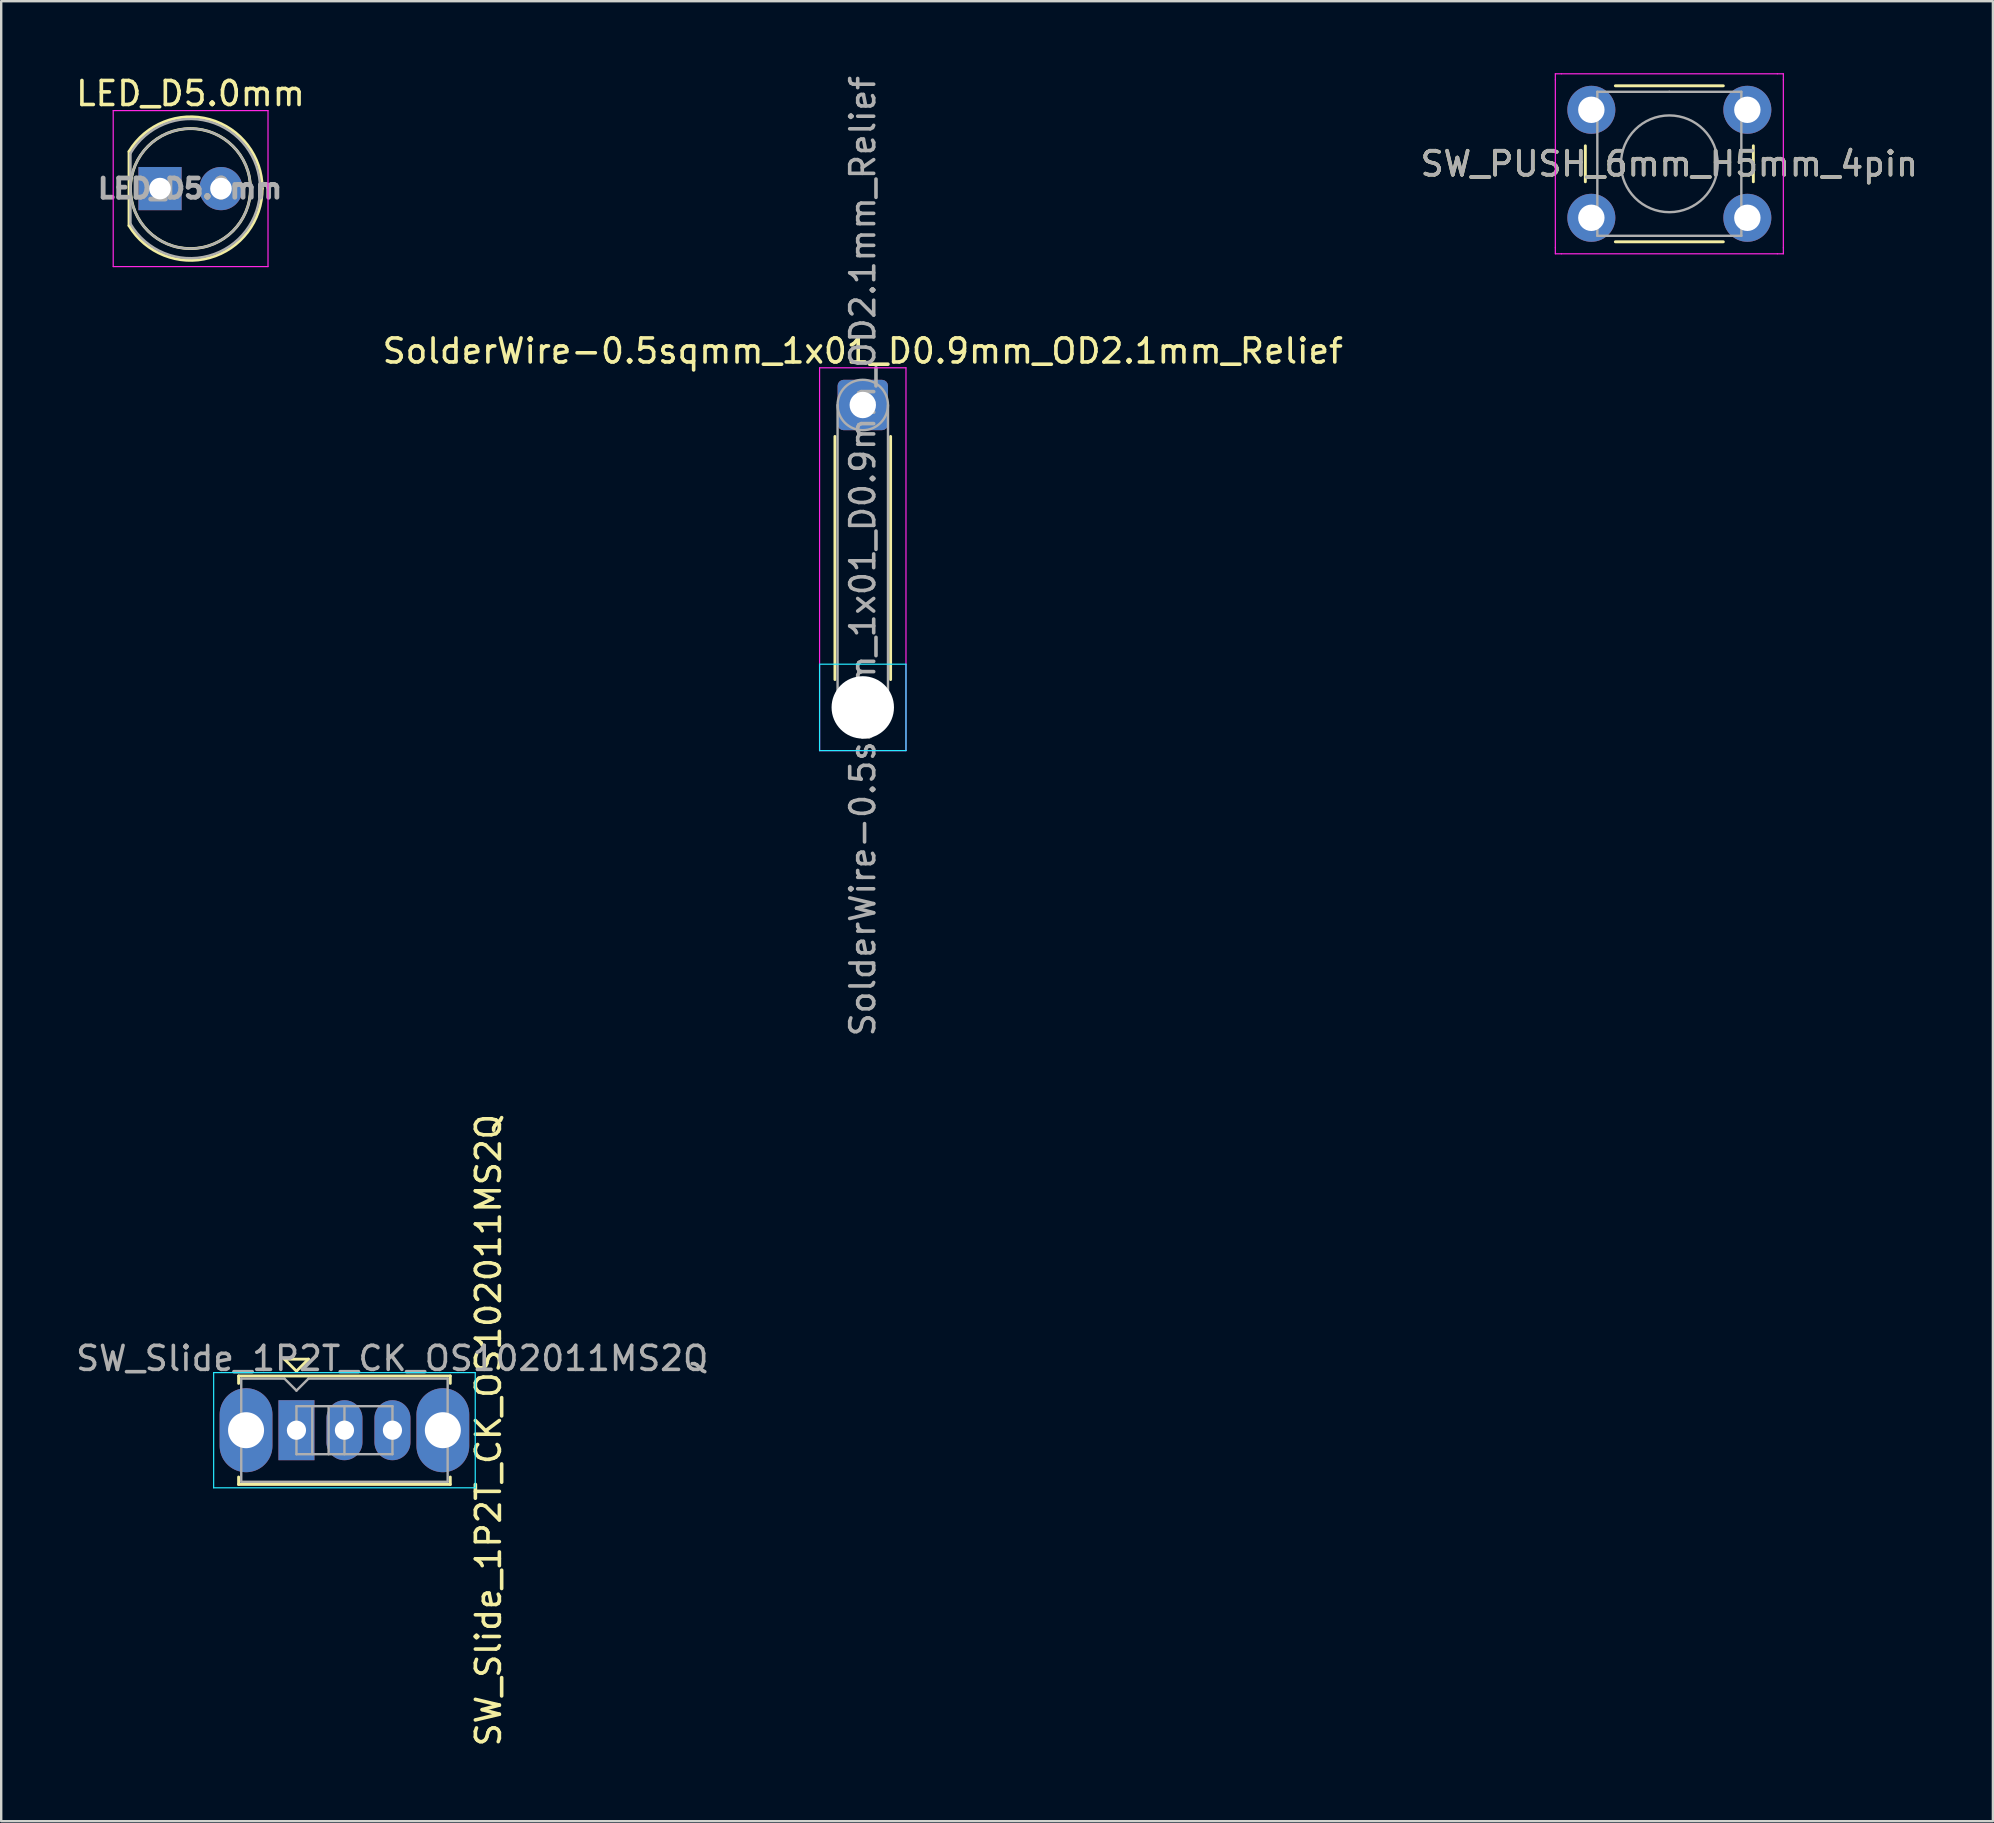
<source format=kicad_pcb>
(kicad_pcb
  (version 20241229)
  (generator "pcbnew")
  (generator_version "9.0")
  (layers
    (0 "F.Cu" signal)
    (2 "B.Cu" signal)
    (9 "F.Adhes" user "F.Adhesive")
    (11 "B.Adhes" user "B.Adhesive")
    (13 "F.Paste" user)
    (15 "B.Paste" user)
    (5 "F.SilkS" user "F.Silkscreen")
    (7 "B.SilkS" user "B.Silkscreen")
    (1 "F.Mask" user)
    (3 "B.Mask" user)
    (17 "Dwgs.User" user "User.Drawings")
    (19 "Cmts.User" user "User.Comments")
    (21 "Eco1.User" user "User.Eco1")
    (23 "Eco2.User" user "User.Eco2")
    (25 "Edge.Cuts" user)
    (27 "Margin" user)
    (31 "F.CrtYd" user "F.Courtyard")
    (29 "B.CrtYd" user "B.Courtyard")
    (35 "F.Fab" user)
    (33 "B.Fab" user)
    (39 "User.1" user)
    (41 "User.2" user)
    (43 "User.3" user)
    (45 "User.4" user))
  (footprint "SW_Slide_1P2T_CK_OS102011MS2Q"
    (layer "F.Cu")
    (at 9.302 56.542)
    (property "Reference" "SW_Slide_1P2T_CK_OS102011MS2Q" (at 8 0 270) (layer "F.SilkS") (effects (font (size 1 1) (thickness 0.15))))
    (attr through_hole)
    (fp_line (start -2.41 -2.26) (end 6.41 -2.26) (stroke (width 0.12) (type solid)) (layer "F.SilkS"))
    (fp_line (start -2.41 -1.95) (end -2.41 -2.26) (stroke (width 0.12) (type solid)) (layer "F.SilkS"))
    (fp_line (start -2.41 2.26) (end -2.41 1.95) (stroke (width 0.12) (type solid)) (layer "F.SilkS"))
    (fp_line (start -0.5 -2.96) (end 0 -2.46) (stroke (width 0.12) (type solid)) (layer "F.SilkS"))
    (fp_line (start 0 -2.46) (end 0.5 -2.96) (stroke (width 0.12) (type solid)) (layer "F.SilkS"))
    (fp_line (start 0.5 -2.96) (end -0.5 -2.96) (stroke (width 0.12) (type solid)) (layer "F.SilkS"))
    (fp_line (start 6.41 -2.26) (end 6.41 -1.95) (stroke (width 0.12) (type solid)) (layer "F.SilkS"))
    (fp_line (start 6.41 2.26) (end -2.41 2.26) (stroke (width 0.12) (type solid)) (layer "F.SilkS"))
    (fp_line (start 6.41 2.26) (end 6.41 1.95) (stroke (width 0.12) (type solid)) (layer "F.SilkS"))
    (fp_line (start -3.45 -2.4) (end 7.45 -2.4) (stroke (width 0.05) (type solid)) (layer "B.CrtYd"))
    (fp_line (start -3.45 2.4) (end -3.45 -2.4) (stroke (width 0.05) (type solid)) (layer "B.CrtYd"))
    (fp_line (start 7.45 -2.4) (end 7.45 2.4) (stroke (width 0.05) (type solid)) (layer "B.CrtYd"))
    (fp_line (start 7.45 2.4) (end -3.45 2.4) (stroke (width 0.05) (type solid)) (layer "B.CrtYd"))
    (fp_line (start -2.3 -2.15) (end -0.5 -2.15) (stroke (width 0.1) (type solid)) (layer "F.Fab"))
    (fp_line (start -2.3 2.15) (end -2.3 -2.15) (stroke (width 0.1) (type solid)) (layer "F.Fab"))
    (fp_line (start -0.5 -2.15) (end 0 -1.65) (stroke (width 0.1) (type solid)) (layer "F.Fab"))
    (fp_line (start 0 -1.65) (end 0.5 -2.15) (stroke (width 0.1) (type solid)) (layer "F.Fab"))
    (fp_line (start 0 -1) (end 0 1) (stroke (width 0.1) (type solid)) (layer "F.Fab"))
    (fp_line (start 0 -1) (end 4 -1) (stroke (width 0.1) (type solid)) (layer "F.Fab"))
    (fp_line (start 0 1) (end 4 1) (stroke (width 0.1) (type solid)) (layer "F.Fab"))
    (fp_line (start 0.5 -2.15) (end 6.3 -2.15) (stroke (width 0.1) (type solid)) (layer "F.Fab"))
    (fp_line (start 0.66 -1) (end 0.66 1) (stroke (width 0.1) (type solid)) (layer "F.Fab"))
    (fp_line (start 1.34 -1) (end 1.34 1) (stroke (width 0.1) (type solid)) (layer "F.Fab"))
    (fp_line (start 2 -1) (end 2 1) (stroke (width 0.1) (type solid)) (layer "F.Fab"))
    (fp_line (start 4 -1) (end 4 1) (stroke (width 0.1) (type solid)) (layer "F.Fab"))
    (fp_line (start 6.3 -2.15) (end 6.3 2.15) (stroke (width 0.1) (type solid)) (layer "F.Fab"))
    (fp_line (start 6.3 2.15) (end -2.3 2.15) (stroke (width 0.1) (type solid)) (layer "F.Fab"))
    (fp_text user "${REFERENCE}" (at 3.99 -2.99 180) (layer "F.Fab") (effects (font (size 1 1) (thickness 0.15))))
    (pad "" thru_hole oval (at -2.1 0) (size 2.2 3.5) (drill 1.5) (layers "*.Cu" "*.Mask"))
    (pad "" thru_hole oval (at 6.1 0) (size 2.2 3.5) (drill 1.5) (layers "*.Cu" "*.Mask"))
    (pad "1" thru_hole rect (at 0 0) (size 1.5 2.5) (drill 0.8) (layers "*.Cu" "*.Mask"))
    (pad "2" thru_hole oval (at 2 0) (size 1.5 2.5) (drill 0.8) (layers "*.Cu" "*.Mask"))
    (pad "3" thru_hole oval (at 4 0) (size 1.5 2.5) (drill 0.8) (layers "*.Cu" "*.Mask")))
  (footprint "LED_D5.0mm"
    (layer "F.Cu")
    (at 3.617 4.808)
    (property "Reference" "LED_D5.0mm" (at 1.27 -3.96 0) (layer "F.SilkS") (effects (font (size 1 1) (thickness 0.15))))
    (attr through_hole)
    (fp_line (start -1.29 -1.545) (end -1.29 1.545) (stroke (width 0.12) (type solid)) (layer "F.SilkS"))
    (fp_arc (start -1.29 -1.54483) (mid 2.072002 -2.880433) (end 4.26 0.000462) (stroke (width 0.12) (type solid)) (layer "F.SilkS"))
    (fp_arc (start 4.26 -0.000462) (mid 2.072002 2.880433) (end -1.29 1.54483) (stroke (width 0.12) (type solid)) (layer "F.SilkS"))
    (fp_circle (center 1.27 0) (end 3.77 0) (stroke (width 0.12) (type solid)) (fill no) (layer "F.SilkS"))
    (fp_line (start -1.95 -3.25) (end -1.95 3.25) (stroke (width 0.05) (type solid)) (layer "F.CrtYd"))
    (fp_line (start -1.95 3.25) (end 4.5 3.25) (stroke (width 0.05) (type solid)) (layer "F.CrtYd"))
    (fp_line (start 4.5 -3.25) (end -1.95 -3.25) (stroke (width 0.05) (type solid)) (layer "F.CrtYd"))
    (fp_line (start 4.5 3.25) (end 4.5 -3.25) (stroke (width 0.05) (type solid)) (layer "F.CrtYd"))
    (fp_line (start -1.23 -1.47) (end -1.23 1.47) (stroke (width 0.1) (type solid)) (layer "F.Fab"))
    (fp_arc (start -1.23 -1.469694) (mid 4.17 0.000016) (end -1.230016 1.469666) (stroke (width 0.1) (type solid)) (layer "F.Fab"))
    (fp_circle (center 1.27 0) (end 3.77 0) (stroke (width 0.1) (type solid)) (fill no) (layer "F.Fab"))
    (fp_text user "${REFERENCE}" (at 1.25 0 0) (layer "F.Fab") (effects (font (size 0.8 0.8) (thickness 0.2))))
    (pad "1" thru_hole rect (at 0 0) (size 1.8 1.8) (drill 0.9) (layers "*.Cu" "*.Mask"))
    (pad "2" thru_hole circle (at 2.54 0) (size 1.8 1.8) (drill 0.9) (layers "*.Cu" "*.Mask")))
  (footprint "SolderWire-0.5sqmm_1x01_D0.9mm_OD2.1mm_Relief"
    (layer "F.Cu")
    (at 32.899 13.825)
    (property "Reference" "SolderWire-0.5sqmm_1x01_D0.9mm_OD2.1mm_Relief" (at 0 -2.25 180) (layer "F.SilkS") (effects (font (size 1 1) (thickness 0.15))))
    (attr exclude_from_pos_files exclude_from_bom)
    (fp_line (start -1.16 1.31) (end -1.16 11.44) (stroke (width 0.12) (type solid)) (layer "F.SilkS"))
    (fp_line (start 1.16 1.31) (end 1.16 11.44) (stroke (width 0.12) (type solid)) (layer "F.SilkS"))
    (fp_line (start -1.8 10.8) (end -1.8 14.4) (stroke (width 0.05) (type solid)) (layer "B.CrtYd"))
    (fp_line (start -1.8 14.4) (end 1.8 14.4) (stroke (width 0.05) (type solid)) (layer "B.CrtYd"))
    (fp_line (start 1.8 10.8) (end -1.8 10.8) (stroke (width 0.05) (type solid)) (layer "B.CrtYd"))
    (fp_line (start 1.8 14.4) (end 1.8 10.8) (stroke (width 0.05) (type solid)) (layer "B.CrtYd"))
    (fp_line (start -1.8 -1.55) (end -1.8 14.4) (stroke (width 0.05) (type solid)) (layer "F.CrtYd"))
    (fp_line (start -1.8 14.4) (end 1.8 14.4) (stroke (width 0.05) (type solid)) (layer "F.CrtYd"))
    (fp_line (start 1.8 -1.55) (end -1.8 -1.55) (stroke (width 0.05) (type solid)) (layer "F.CrtYd"))
    (fp_line (start 1.8 14.4) (end 1.8 -1.55) (stroke (width 0.05) (type solid)) (layer "F.CrtYd"))
    (fp_line (start -1.05 0) (end -1.05 12.6) (stroke (width 0.1) (type solid)) (layer "F.Fab"))
    (fp_line (start 1.05 0) (end 1.05 12.6) (stroke (width 0.1) (type solid)) (layer "F.Fab"))
    (fp_circle (center 0 0) (end 1.05 0) (stroke (width 0.1) (type solid)) (fill no) (layer "F.Fab"))
    (fp_circle (center 0 12.6) (end 1.05 12.6) (stroke (width 0.1) (type solid)) (fill no) (layer "F.Fab"))
    (fp_text user "${REFERENCE}" (at 0 6.3 90) (layer "F.Fab") (effects (font (size 1 1) (thickness 0.15))))
    (pad "" np_thru_hole circle (at 0 12.6) (size 2.6 2.6) (drill 2.6) (layers "*.Cu" "*.Mask"))
    (pad "1" thru_hole roundrect (at 0 0) (size 2.1 2.1) (drill 1.1) (layers "*.Cu" "*.Mask") (roundrect_rratio 0.119)))
  (footprint "SW_PUSH_6mm_H5mm_4pin"
    (layer "F.Cu")
    (at 63.256 1.525)
    (property "Reference" "SW_PUSH_6mm_H5mm_4pin" (at 3.25 2.25 180) (layer "F.SilkS") (effects (font (size 1 1) (thickness 0.15))))
    (attr through_hole)
    (fp_line (start -0.25 1.5) (end -0.25 3) (stroke (width 0.12) (type solid)) (layer "F.SilkS"))
    (fp_line (start 1 5.5) (end 5.5 5.5) (stroke (width 0.12) (type solid)) (layer "F.SilkS"))
    (fp_line (start 5.5 -1) (end 1 -1) (stroke (width 0.12) (type solid)) (layer "F.SilkS"))
    (fp_line (start 6.75 3) (end 6.75 1.5) (stroke (width 0.12) (type solid)) (layer "F.SilkS"))
    (fp_line (start -1.5 -1.5) (end -1.25 -1.5) (stroke (width 0.05) (type solid)) (layer "F.CrtYd"))
    (fp_line (start -1.5 -1.25) (end -1.5 -1.5) (stroke (width 0.05) (type solid)) (layer "F.CrtYd"))
    (fp_line (start -1.5 5.75) (end -1.5 -1.25) (stroke (width 0.05) (type solid)) (layer "F.CrtYd"))
    (fp_line (start -1.5 5.75) (end -1.5 6) (stroke (width 0.05) (type solid)) (layer "F.CrtYd"))
    (fp_line (start -1.5 6) (end -1.25 6) (stroke (width 0.05) (type solid)) (layer "F.CrtYd"))
    (fp_line (start -1.25 -1.5) (end 7.75 -1.5) (stroke (width 0.05) (type solid)) (layer "F.CrtYd"))
    (fp_line (start 7.75 -1.5) (end 8 -1.5) (stroke (width 0.05) (type solid)) (layer "F.CrtYd"))
    (fp_line (start 7.75 6) (end -1.25 6) (stroke (width 0.05) (type solid)) (layer "F.CrtYd"))
    (fp_line (start 7.75 6) (end 8 6) (stroke (width 0.05) (type solid)) (layer "F.CrtYd"))
    (fp_line (start 8 -1.5) (end 8 -1.25) (stroke (width 0.05) (type solid)) (layer "F.CrtYd"))
    (fp_line (start 8 -1.25) (end 8 5.75) (stroke (width 0.05) (type solid)) (layer "F.CrtYd"))
    (fp_line (start 8 6) (end 8 5.75) (stroke (width 0.05) (type solid)) (layer "F.CrtYd"))
    (fp_line (start 0.25 -0.75) (end 3.25 -0.75) (stroke (width 0.1) (type solid)) (layer "F.Fab"))
    (fp_line (start 0.25 5.25) (end 0.25 -0.75) (stroke (width 0.1) (type solid)) (layer "F.Fab"))
    (fp_line (start 3.25 -0.75) (end 6.25 -0.75) (stroke (width 0.1) (type solid)) (layer "F.Fab"))
    (fp_line (start 6.25 -0.75) (end 6.25 5.25) (stroke (width 0.1) (type solid)) (layer "F.Fab"))
    (fp_line (start 6.25 5.25) (end 0.25 5.25) (stroke (width 0.1) (type solid)) (layer "F.Fab"))
    (fp_circle (center 3.25 2.25) (end 1.25 2.5) (stroke (width 0.1) (type solid)) (fill no) (layer "F.Fab"))
    (fp_text user "${REFERENCE}" (at 3.25 2.25 180) (layer "F.Fab") (effects (font (size 1 1) (thickness 0.15))))
    (pad "1" thru_hole circle (at 0 0 90) (size 2 2) (drill 1.1) (layers "*.Cu" "*.Mask"))
    (pad "2" thru_hole circle (at 0 4.5 90) (size 2 2) (drill 1.1) (layers "*.Cu" "*.Mask"))
    (pad "3" thru_hole circle (at 6.5 0 90) (size 2 2) (drill 1.1) (layers "*.Cu" "*.Mask"))
    (pad "4" thru_hole circle (at 6.5 4.5 90) (size 2 2) (drill 1.1) (layers "*.Cu" "*.Mask")))
  (gr_rect
    (start -3 -3)
    (end 79.988 72.833)
    (stroke (width 0.1) (type default))
    (fill no)
    (layer "Edge.Cuts")))
</source>
